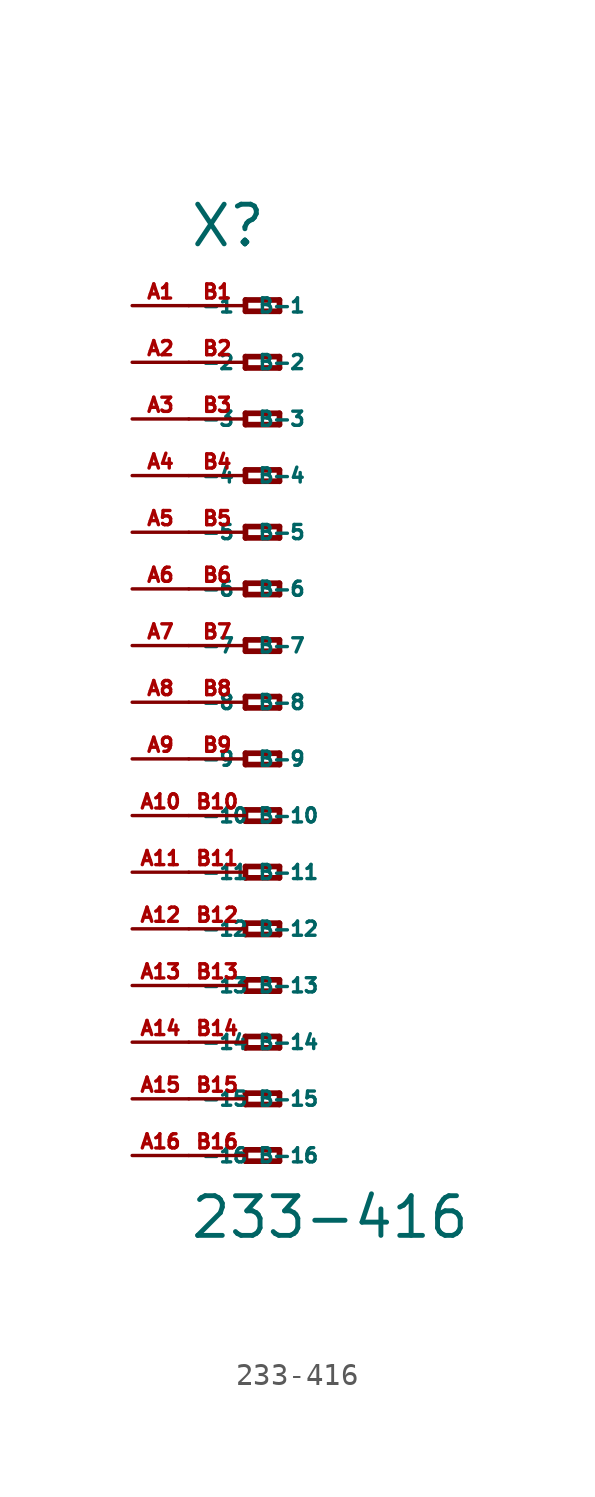
<source format=kicad_sym>
(kicad_symbol_lib
  (version 20220914)
  (generator Eagle2Kicad)
  (symbol "233-416"
    (property "Reference" "X"
      (at -5.08 20.32 0)
      (effects (font (size 1.778 1.778) (thickness 0.22)) (justify left bottom)))
    (property "Value" "233-416"
      (at -5.08 -24.13 0)
      (effects (font (size 1.778 1.778) (thickness 0.22)) (justify left bottom)))
    (polyline
      (pts (xy -2.54 18.034) (xy -2.54 17.526))
      (stroke (width 0.254) (type default))
      (fill (type none)))
    (polyline
      (pts (xy -2.54 17.526) (xy -1.016 17.526))
      (stroke (width 0.254) (type default))
      (fill (type none)))
    (polyline
      (pts (xy -1.016 17.526) (xy -1.016 18.034))
      (stroke (width 0.254) (type default))
      (fill (type none)))
    (polyline
      (pts (xy -1.016 18.034) (xy -2.54 18.034))
      (stroke (width 0.254) (type default))
      (fill (type none)))
    (polyline
      (pts (xy -2.54 15.494) (xy -2.54 14.986))
      (stroke (width 0.254) (type default))
      (fill (type none)))
    (polyline
      (pts (xy -2.54 14.986) (xy -1.016 14.986))
      (stroke (width 0.254) (type default))
      (fill (type none)))
    (polyline
      (pts (xy -1.016 14.986) (xy -1.016 15.494))
      (stroke (width 0.254) (type default))
      (fill (type none)))
    (polyline
      (pts (xy -1.016 15.494) (xy -2.54 15.494))
      (stroke (width 0.254) (type default))
      (fill (type none)))
    (polyline
      (pts (xy -2.54 12.954) (xy -2.54 12.446))
      (stroke (width 0.254) (type default))
      (fill (type none)))
    (polyline
      (pts (xy -2.54 12.446) (xy -1.016 12.446))
      (stroke (width 0.254) (type default))
      (fill (type none)))
    (polyline
      (pts (xy -1.016 12.446) (xy -1.016 12.954))
      (stroke (width 0.254) (type default))
      (fill (type none)))
    (polyline
      (pts (xy -1.016 12.954) (xy -2.54 12.954))
      (stroke (width 0.254) (type default))
      (fill (type none)))
    (polyline
      (pts (xy -2.54 10.414) (xy -2.54 9.906))
      (stroke (width 0.254) (type default))
      (fill (type none)))
    (polyline
      (pts (xy -2.54 9.906) (xy -1.016 9.906))
      (stroke (width 0.254) (type default))
      (fill (type none)))
    (polyline
      (pts (xy -1.016 9.906) (xy -1.016 10.414))
      (stroke (width 0.254) (type default))
      (fill (type none)))
    (polyline
      (pts (xy -1.016 10.414) (xy -2.54 10.414))
      (stroke (width 0.254) (type default))
      (fill (type none)))
    (polyline
      (pts (xy -2.54 7.874) (xy -2.54 7.366))
      (stroke (width 0.254) (type default))
      (fill (type none)))
    (polyline
      (pts (xy -2.54 7.366) (xy -1.016 7.366))
      (stroke (width 0.254) (type default))
      (fill (type none)))
    (polyline
      (pts (xy -1.016 7.366) (xy -1.016 7.874))
      (stroke (width 0.254) (type default))
      (fill (type none)))
    (polyline
      (pts (xy -1.016 7.874) (xy -2.54 7.874))
      (stroke (width 0.254) (type default))
      (fill (type none)))
    (polyline
      (pts (xy -2.54 5.334) (xy -2.54 4.826))
      (stroke (width 0.254) (type default))
      (fill (type none)))
    (polyline
      (pts (xy -2.54 4.826) (xy -1.016 4.826))
      (stroke (width 0.254) (type default))
      (fill (type none)))
    (polyline
      (pts (xy -1.016 4.826) (xy -1.016 5.334))
      (stroke (width 0.254) (type default))
      (fill (type none)))
    (polyline
      (pts (xy -1.016 5.334) (xy -2.54 5.334))
      (stroke (width 0.254) (type default))
      (fill (type none)))
    (polyline
      (pts (xy -2.54 2.794) (xy -2.54 2.286))
      (stroke (width 0.254) (type default))
      (fill (type none)))
    (polyline
      (pts (xy -2.54 2.286) (xy -1.016 2.286))
      (stroke (width 0.254) (type default))
      (fill (type none)))
    (polyline
      (pts (xy -1.016 2.286) (xy -1.016 2.794))
      (stroke (width 0.254) (type default))
      (fill (type none)))
    (polyline
      (pts (xy -1.016 2.794) (xy -2.54 2.794))
      (stroke (width 0.254) (type default))
      (fill (type none)))
    (polyline
      (pts (xy -2.54 0.254) (xy -2.54 -0.254))
      (stroke (width 0.254) (type default))
      (fill (type none)))
    (polyline
      (pts (xy -2.54 -0.254) (xy -1.016 -0.254))
      (stroke (width 0.254) (type default))
      (fill (type none)))
    (polyline
      (pts (xy -1.016 -0.254) (xy -1.016 0.254))
      (stroke (width 0.254) (type default))
      (fill (type none)))
    (polyline
      (pts (xy -1.016 0.254) (xy -2.54 0.254))
      (stroke (width 0.254) (type default))
      (fill (type none)))
    (polyline
      (pts (xy -2.54 -2.286) (xy -2.54 -2.794))
      (stroke (width 0.254) (type default))
      (fill (type none)))
    (polyline
      (pts (xy -2.54 -2.794) (xy -1.016 -2.794))
      (stroke (width 0.254) (type default))
      (fill (type none)))
    (polyline
      (pts (xy -1.016 -2.794) (xy -1.016 -2.286))
      (stroke (width 0.254) (type default))
      (fill (type none)))
    (polyline
      (pts (xy -1.016 -2.286) (xy -2.54 -2.286))
      (stroke (width 0.254) (type default))
      (fill (type none)))
    (polyline
      (pts (xy -2.54 -4.826) (xy -2.54 -5.334))
      (stroke (width 0.254) (type default))
      (fill (type none)))
    (polyline
      (pts (xy -2.54 -5.334) (xy -1.016 -5.334))
      (stroke (width 0.254) (type default))
      (fill (type none)))
    (polyline
      (pts (xy -1.016 -5.334) (xy -1.016 -4.826))
      (stroke (width 0.254) (type default))
      (fill (type none)))
    (polyline
      (pts (xy -1.016 -4.826) (xy -2.54 -4.826))
      (stroke (width 0.254) (type default))
      (fill (type none)))
    (polyline
      (pts (xy -2.54 -7.366) (xy -2.54 -7.874))
      (stroke (width 0.254) (type default))
      (fill (type none)))
    (polyline
      (pts (xy -2.54 -7.874) (xy -1.016 -7.874))
      (stroke (width 0.254) (type default))
      (fill (type none)))
    (polyline
      (pts (xy -1.016 -7.874) (xy -1.016 -7.366))
      (stroke (width 0.254) (type default))
      (fill (type none)))
    (polyline
      (pts (xy -1.016 -7.366) (xy -2.54 -7.366))
      (stroke (width 0.254) (type default))
      (fill (type none)))
    (polyline
      (pts (xy -2.54 -9.906) (xy -2.54 -10.414))
      (stroke (width 0.254) (type default))
      (fill (type none)))
    (polyline
      (pts (xy -2.54 -10.414) (xy -1.016 -10.414))
      (stroke (width 0.254) (type default))
      (fill (type none)))
    (polyline
      (pts (xy -1.016 -10.414) (xy -1.016 -9.906))
      (stroke (width 0.254) (type default))
      (fill (type none)))
    (polyline
      (pts (xy -1.016 -9.906) (xy -2.54 -9.906))
      (stroke (width 0.254) (type default))
      (fill (type none)))
    (polyline
      (pts (xy -2.54 -12.446) (xy -2.54 -12.954))
      (stroke (width 0.254) (type default))
      (fill (type none)))
    (polyline
      (pts (xy -2.54 -12.954) (xy -1.016 -12.954))
      (stroke (width 0.254) (type default))
      (fill (type none)))
    (polyline
      (pts (xy -1.016 -12.954) (xy -1.016 -12.446))
      (stroke (width 0.254) (type default))
      (fill (type none)))
    (polyline
      (pts (xy -1.016 -12.446) (xy -2.54 -12.446))
      (stroke (width 0.254) (type default))
      (fill (type none)))
    (polyline
      (pts (xy -2.54 -14.986) (xy -2.54 -15.494))
      (stroke (width 0.254) (type default))
      (fill (type none)))
    (polyline
      (pts (xy -2.54 -15.494) (xy -1.016 -15.494))
      (stroke (width 0.254) (type default))
      (fill (type none)))
    (polyline
      (pts (xy -1.016 -15.494) (xy -1.016 -14.986))
      (stroke (width 0.254) (type default))
      (fill (type none)))
    (polyline
      (pts (xy -1.016 -14.986) (xy -2.54 -14.986))
      (stroke (width 0.254) (type default))
      (fill (type none)))
    (polyline
      (pts (xy -2.54 -17.526) (xy -2.54 -18.034))
      (stroke (width 0.254) (type default))
      (fill (type none)))
    (polyline
      (pts (xy -2.54 -18.034) (xy -1.016 -18.034))
      (stroke (width 0.254) (type default))
      (fill (type none)))
    (polyline
      (pts (xy -1.016 -18.034) (xy -1.016 -17.526))
      (stroke (width 0.254) (type default))
      (fill (type none)))
    (polyline
      (pts (xy -1.016 -17.526) (xy -2.54 -17.526))
      (stroke (width 0.254) (type default))
      (fill (type none)))
    (polyline
      (pts (xy -2.54 -20.066) (xy -2.54 -20.574))
      (stroke (width 0.254) (type default))
      (fill (type none)))
    (polyline
      (pts (xy -2.54 -20.574) (xy -1.016 -20.574))
      (stroke (width 0.254) (type default))
      (fill (type none)))
    (polyline
      (pts (xy -1.016 -20.574) (xy -1.016 -20.066))
      (stroke (width 0.254) (type default))
      (fill (type none)))
    (polyline
      (pts (xy -1.016 -20.066) (xy -2.54 -20.066))
      (stroke (width 0.254) (type default))
      (fill (type none)))
    (pin passive line
      (at -7.62 17.78 0)
      (length 2.54)
      (name "-1" (effects (font (size 0.635 0.635) (thickness 0.08)) (justify left bottom)))
      (number "A1" (effects (font (size 0.635 0.635) (thickness 0.08)) (justify left bottom))))
    (pin passive line
      (at -7.62 15.24 0)
      (length 2.54)
      (name "-2" (effects (font (size 0.635 0.635) (thickness 0.08)) (justify left bottom)))
      (number "A2" (effects (font (size 0.635 0.635) (thickness 0.08)) (justify left bottom))))
    (pin passive line
      (at -7.62 12.7 0)
      (length 2.54)
      (name "-3" (effects (font (size 0.635 0.635) (thickness 0.08)) (justify left bottom)))
      (number "A3" (effects (font (size 0.635 0.635) (thickness 0.08)) (justify left bottom))))
    (pin passive line
      (at -7.62 10.16 0)
      (length 2.54)
      (name "-4" (effects (font (size 0.635 0.635) (thickness 0.08)) (justify left bottom)))
      (number "A4" (effects (font (size 0.635 0.635) (thickness 0.08)) (justify left bottom))))
    (pin passive line
      (at -7.62 7.62 0)
      (length 2.54)
      (name "-5" (effects (font (size 0.635 0.635) (thickness 0.08)) (justify left bottom)))
      (number "A5" (effects (font (size 0.635 0.635) (thickness 0.08)) (justify left bottom))))
    (pin passive line
      (at -7.62 5.08 0)
      (length 2.54)
      (name "-6" (effects (font (size 0.635 0.635) (thickness 0.08)) (justify left bottom)))
      (number "A6" (effects (font (size 0.635 0.635) (thickness 0.08)) (justify left bottom))))
    (pin passive line
      (at -7.62 2.54 0)
      (length 2.54)
      (name "-7" (effects (font (size 0.635 0.635) (thickness 0.08)) (justify left bottom)))
      (number "A7" (effects (font (size 0.635 0.635) (thickness 0.08)) (justify left bottom))))
    (pin passive line
      (at -7.62 0 0)
      (length 2.54)
      (name "-8" (effects (font (size 0.635 0.635) (thickness 0.08)) (justify left bottom)))
      (number "A8" (effects (font (size 0.635 0.635) (thickness 0.08)) (justify left bottom))))
    (pin passive line
      (at -7.62 -2.54 0)
      (length 2.54)
      (name "-9" (effects (font (size 0.635 0.635) (thickness 0.08)) (justify left bottom)))
      (number "A9" (effects (font (size 0.635 0.635) (thickness 0.08)) (justify left bottom))))
    (pin passive line
      (at -7.62 -5.08 0)
      (length 2.54)
      (name "-10" (effects (font (size 0.635 0.635) (thickness 0.08)) (justify left bottom)))
      (number "A10" (effects (font (size 0.635 0.635) (thickness 0.08)) (justify left bottom))))
    (pin passive line
      (at -7.62 -7.62 0)
      (length 2.54)
      (name "-11" (effects (font (size 0.635 0.635) (thickness 0.08)) (justify left bottom)))
      (number "A11" (effects (font (size 0.635 0.635) (thickness 0.08)) (justify left bottom))))
    (pin passive line
      (at -7.62 -10.16 0)
      (length 2.54)
      (name "-12" (effects (font (size 0.635 0.635) (thickness 0.08)) (justify left bottom)))
      (number "A12" (effects (font (size 0.635 0.635) (thickness 0.08)) (justify left bottom))))
    (pin passive line
      (at -7.62 -12.7 0)
      (length 2.54)
      (name "-13" (effects (font (size 0.635 0.635) (thickness 0.08)) (justify left bottom)))
      (number "A13" (effects (font (size 0.635 0.635) (thickness 0.08)) (justify left bottom))))
    (pin passive line
      (at -7.62 -15.24 0)
      (length 2.54)
      (name "-14" (effects (font (size 0.635 0.635) (thickness 0.08)) (justify left bottom)))
      (number "A14" (effects (font (size 0.635 0.635) (thickness 0.08)) (justify left bottom))))
    (pin passive line
      (at -7.62 -17.78 0)
      (length 2.54)
      (name "-15" (effects (font (size 0.635 0.635) (thickness 0.08)) (justify left bottom)))
      (number "A15" (effects (font (size 0.635 0.635) (thickness 0.08)) (justify left bottom))))
    (pin passive line
      (at -7.62 -20.32 0)
      (length 2.54)
      (name "-16" (effects (font (size 0.635 0.635) (thickness 0.08)) (justify left bottom)))
      (number "A16" (effects (font (size 0.635 0.635) (thickness 0.08)) (justify left bottom))))
    (pin passive line
      (at -5.08 -20.32 0)
      (length 2.54)
      (name "B-16" (effects (font (size 0.635 0.635) (thickness 0.08)) (justify left bottom)))
      (number "B16" (effects (font (size 0.635 0.635) (thickness 0.08)) (justify left bottom))))
    (pin passive line
      (at -5.08 17.78 0)
      (length 2.54)
      (name "B-1" (effects (font (size 0.635 0.635) (thickness 0.08)) (justify left bottom)))
      (number "B1" (effects (font (size 0.635 0.635) (thickness 0.08)) (justify left bottom))))
    (pin passive line
      (at -5.08 15.24 0)
      (length 2.54)
      (name "B-2" (effects (font (size 0.635 0.635) (thickness 0.08)) (justify left bottom)))
      (number "B2" (effects (font (size 0.635 0.635) (thickness 0.08)) (justify left bottom))))
    (pin passive line
      (at -5.08 12.7 0)
      (length 2.54)
      (name "B-3" (effects (font (size 0.635 0.635) (thickness 0.08)) (justify left bottom)))
      (number "B3" (effects (font (size 0.635 0.635) (thickness 0.08)) (justify left bottom))))
    (pin passive line
      (at -5.08 10.16 0)
      (length 2.54)
      (name "B-4" (effects (font (size 0.635 0.635) (thickness 0.08)) (justify left bottom)))
      (number "B4" (effects (font (size 0.635 0.635) (thickness 0.08)) (justify left bottom))))
    (pin passive line
      (at -5.08 7.62 0)
      (length 2.54)
      (name "B-5" (effects (font (size 0.635 0.635) (thickness 0.08)) (justify left bottom)))
      (number "B5" (effects (font (size 0.635 0.635) (thickness 0.08)) (justify left bottom))))
    (pin passive line
      (at -5.08 5.08 0)
      (length 2.54)
      (name "B-6" (effects (font (size 0.635 0.635) (thickness 0.08)) (justify left bottom)))
      (number "B6" (effects (font (size 0.635 0.635) (thickness 0.08)) (justify left bottom))))
    (pin passive line
      (at -5.08 2.54 0)
      (length 2.54)
      (name "B-7" (effects (font (size 0.635 0.635) (thickness 0.08)) (justify left bottom)))
      (number "B7" (effects (font (size 0.635 0.635) (thickness 0.08)) (justify left bottom))))
    (pin passive line
      (at -5.08 0 0)
      (length 2.54)
      (name "B-8" (effects (font (size 0.635 0.635) (thickness 0.08)) (justify left bottom)))
      (number "B8" (effects (font (size 0.635 0.635) (thickness 0.08)) (justify left bottom))))
    (pin passive line
      (at -5.08 -2.54 0)
      (length 2.54)
      (name "B-9" (effects (font (size 0.635 0.635) (thickness 0.08)) (justify left bottom)))
      (number "B9" (effects (font (size 0.635 0.635) (thickness 0.08)) (justify left bottom))))
    (pin passive line
      (at -5.08 -5.08 0)
      (length 2.54)
      (name "B-10" (effects (font (size 0.635 0.635) (thickness 0.08)) (justify left bottom)))
      (number "B10" (effects (font (size 0.635 0.635) (thickness 0.08)) (justify left bottom))))
    (pin passive line
      (at -5.08 -7.62 0)
      (length 2.54)
      (name "B-11" (effects (font (size 0.635 0.635) (thickness 0.08)) (justify left bottom)))
      (number "B11" (effects (font (size 0.635 0.635) (thickness 0.08)) (justify left bottom))))
    (pin passive line
      (at -5.08 -10.16 0)
      (length 2.54)
      (name "B-12" (effects (font (size 0.635 0.635) (thickness 0.08)) (justify left bottom)))
      (number "B12" (effects (font (size 0.635 0.635) (thickness 0.08)) (justify left bottom))))
    (pin passive line
      (at -5.08 -12.7 0)
      (length 2.54)
      (name "B-13" (effects (font (size 0.635 0.635) (thickness 0.08)) (justify left bottom)))
      (number "B13" (effects (font (size 0.635 0.635) (thickness 0.08)) (justify left bottom))))
    (pin passive line
      (at -5.08 -15.24 0)
      (length 2.54)
      (name "B-14" (effects (font (size 0.635 0.635) (thickness 0.08)) (justify left bottom)))
      (number "B14" (effects (font (size 0.635 0.635) (thickness 0.08)) (justify left bottom))))
    (pin passive line
      (at -5.08 -17.78 0)
      (length 2.54)
      (name "B-15" (effects (font (size 0.635 0.635) (thickness 0.08)) (justify left bottom)))
      (number "B15" (effects (font (size 0.635 0.635) (thickness 0.08)) (justify left bottom))))))
</source>
